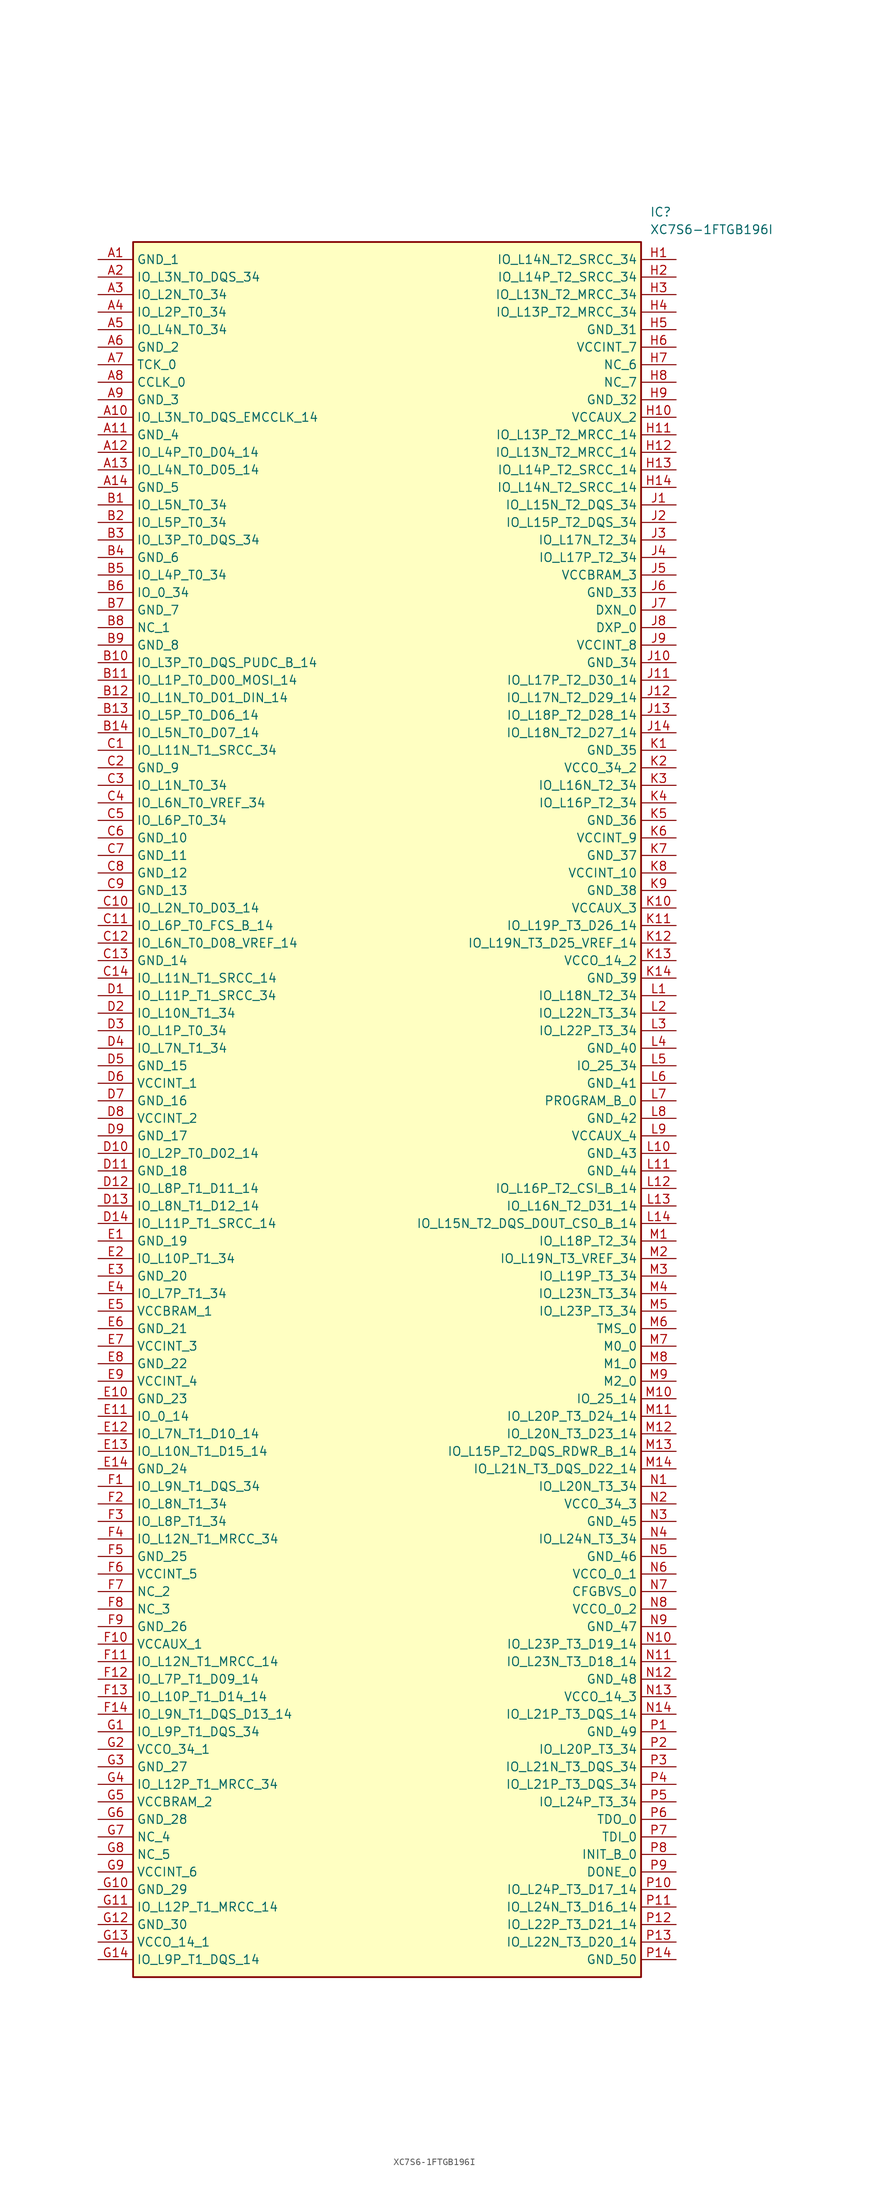
<source format=kicad_sym>
(kicad_symbol_lib
  (version 20211014)
  (generator SamacSys_ECAD_Model)
  (symbol "XC7S6-1FTGB196I"
    (property "Reference" "IC"
      (at 80.01 7.62 0)
      (effects (font (size 1.27 1.27)) (justify left top)))
    (property "Value" "XC7S6-1FTGB196I"
      (at 80.01 5.08 0)
      (effects (font (size 1.27 1.27)) (justify left top)))
    (rectangle
      (start 5.08 2.54)
      (end 78.74 -248.92)
      (stroke (width 0.254) (type default))
      (fill (type background)))
    (pin passive line
      (at 0 0 0)
      (length 5.08)
      (name "GND_1" (effects (font (size 1.27 1.27))))
      (number "A1" (effects (font (size 1.27 1.27)))))
    (pin passive line
      (at 0 -2.54 0)
      (length 5.08)
      (name "IO_L3N_T0_DQS_34" (effects (font (size 1.27 1.27))))
      (number "A2" (effects (font (size 1.27 1.27)))))
    (pin passive line
      (at 0 -5.08 0)
      (length 5.08)
      (name "IO_L2N_T0_34" (effects (font (size 1.27 1.27))))
      (number "A3" (effects (font (size 1.27 1.27)))))
    (pin passive line
      (at 0 -7.62 0)
      (length 5.08)
      (name "IO_L2P_T0_34" (effects (font (size 1.27 1.27))))
      (number "A4" (effects (font (size 1.27 1.27)))))
    (pin passive line
      (at 0 -10.16 0)
      (length 5.08)
      (name "IO_L4N_T0_34" (effects (font (size 1.27 1.27))))
      (number "A5" (effects (font (size 1.27 1.27)))))
    (pin passive line
      (at 0 -12.7 0)
      (length 5.08)
      (name "GND_2" (effects (font (size 1.27 1.27))))
      (number "A6" (effects (font (size 1.27 1.27)))))
    (pin passive line
      (at 0 -15.24 0)
      (length 5.08)
      (name "TCK_0" (effects (font (size 1.27 1.27))))
      (number "A7" (effects (font (size 1.27 1.27)))))
    (pin passive line
      (at 0 -17.78 0)
      (length 5.08)
      (name "CCLK_0" (effects (font (size 1.27 1.27))))
      (number "A8" (effects (font (size 1.27 1.27)))))
    (pin passive line
      (at 0 -20.32 0)
      (length 5.08)
      (name "GND_3" (effects (font (size 1.27 1.27))))
      (number "A9" (effects (font (size 1.27 1.27)))))
    (pin passive line
      (at 0 -22.86 0)
      (length 5.08)
      (name "IO_L3N_T0_DQS_EMCCLK_14" (effects (font (size 1.27 1.27))))
      (number "A10" (effects (font (size 1.27 1.27)))))
    (pin passive line
      (at 0 -25.4 0)
      (length 5.08)
      (name "GND_4" (effects (font (size 1.27 1.27))))
      (number "A11" (effects (font (size 1.27 1.27)))))
    (pin passive line
      (at 0 -27.94 0)
      (length 5.08)
      (name "IO_L4P_T0_D04_14" (effects (font (size 1.27 1.27))))
      (number "A12" (effects (font (size 1.27 1.27)))))
    (pin passive line
      (at 0 -30.48 0)
      (length 5.08)
      (name "IO_L4N_T0_D05_14" (effects (font (size 1.27 1.27))))
      (number "A13" (effects (font (size 1.27 1.27)))))
    (pin passive line
      (at 0 -33.02 0)
      (length 5.08)
      (name "GND_5" (effects (font (size 1.27 1.27))))
      (number "A14" (effects (font (size 1.27 1.27)))))
    (pin passive line
      (at 0 -35.56 0)
      (length 5.08)
      (name "IO_L5N_T0_34" (effects (font (size 1.27 1.27))))
      (number "B1" (effects (font (size 1.27 1.27)))))
    (pin passive line
      (at 0 -38.1 0)
      (length 5.08)
      (name "IO_L5P_T0_34" (effects (font (size 1.27 1.27))))
      (number "B2" (effects (font (size 1.27 1.27)))))
    (pin passive line
      (at 0 -40.64 0)
      (length 5.08)
      (name "IO_L3P_T0_DQS_34" (effects (font (size 1.27 1.27))))
      (number "B3" (effects (font (size 1.27 1.27)))))
    (pin passive line
      (at 0 -43.18 0)
      (length 5.08)
      (name "GND_6" (effects (font (size 1.27 1.27))))
      (number "B4" (effects (font (size 1.27 1.27)))))
    (pin passive line
      (at 0 -45.72 0)
      (length 5.08)
      (name "IO_L4P_T0_34" (effects (font (size 1.27 1.27))))
      (number "B5" (effects (font (size 1.27 1.27)))))
    (pin passive line
      (at 0 -48.26 0)
      (length 5.08)
      (name "IO_0_34" (effects (font (size 1.27 1.27))))
      (number "B6" (effects (font (size 1.27 1.27)))))
    (pin passive line
      (at 0 -50.8 0)
      (length 5.08)
      (name "GND_7" (effects (font (size 1.27 1.27))))
      (number "B7" (effects (font (size 1.27 1.27)))))
    (pin passive line
      (at 0 -53.34 0)
      (length 5.08)
      (name "NC_1" (effects (font (size 1.27 1.27))))
      (number "B8" (effects (font (size 1.27 1.27)))))
    (pin passive line
      (at 0 -55.88 0)
      (length 5.08)
      (name "GND_8" (effects (font (size 1.27 1.27))))
      (number "B9" (effects (font (size 1.27 1.27)))))
    (pin passive line
      (at 0 -58.42 0)
      (length 5.08)
      (name "IO_L3P_T0_DQS_PUDC_B_14" (effects (font (size 1.27 1.27))))
      (number "B10" (effects (font (size 1.27 1.27)))))
    (pin passive line
      (at 0 -60.96 0)
      (length 5.08)
      (name "IO_L1P_T0_D00_MOSI_14" (effects (font (size 1.27 1.27))))
      (number "B11" (effects (font (size 1.27 1.27)))))
    (pin passive line
      (at 0 -63.5 0)
      (length 5.08)
      (name "IO_L1N_T0_D01_DIN_14" (effects (font (size 1.27 1.27))))
      (number "B12" (effects (font (size 1.27 1.27)))))
    (pin passive line
      (at 0 -66.04 0)
      (length 5.08)
      (name "IO_L5P_T0_D06_14" (effects (font (size 1.27 1.27))))
      (number "B13" (effects (font (size 1.27 1.27)))))
    (pin passive line
      (at 0 -68.58 0)
      (length 5.08)
      (name "IO_L5N_T0_D07_14" (effects (font (size 1.27 1.27))))
      (number "B14" (effects (font (size 1.27 1.27)))))
    (pin passive line
      (at 0 -71.12 0)
      (length 5.08)
      (name "IO_L11N_T1_SRCC_34" (effects (font (size 1.27 1.27))))
      (number "C1" (effects (font (size 1.27 1.27)))))
    (pin passive line
      (at 0 -73.66 0)
      (length 5.08)
      (name "GND_9" (effects (font (size 1.27 1.27))))
      (number "C2" (effects (font (size 1.27 1.27)))))
    (pin passive line
      (at 0 -76.2 0)
      (length 5.08)
      (name "IO_L1N_T0_34" (effects (font (size 1.27 1.27))))
      (number "C3" (effects (font (size 1.27 1.27)))))
    (pin passive line
      (at 0 -78.74 0)
      (length 5.08)
      (name "IO_L6N_T0_VREF_34" (effects (font (size 1.27 1.27))))
      (number "C4" (effects (font (size 1.27 1.27)))))
    (pin passive line
      (at 0 -81.28 0)
      (length 5.08)
      (name "IO_L6P_T0_34" (effects (font (size 1.27 1.27))))
      (number "C5" (effects (font (size 1.27 1.27)))))
    (pin passive line
      (at 0 -83.82 0)
      (length 5.08)
      (name "GND_10" (effects (font (size 1.27 1.27))))
      (number "C6" (effects (font (size 1.27 1.27)))))
    (pin passive line
      (at 0 -86.36 0)
      (length 5.08)
      (name "GND_11" (effects (font (size 1.27 1.27))))
      (number "C7" (effects (font (size 1.27 1.27)))))
    (pin passive line
      (at 0 -88.9 0)
      (length 5.08)
      (name "GND_12" (effects (font (size 1.27 1.27))))
      (number "C8" (effects (font (size 1.27 1.27)))))
    (pin passive line
      (at 0 -91.44 0)
      (length 5.08)
      (name "GND_13" (effects (font (size 1.27 1.27))))
      (number "C9" (effects (font (size 1.27 1.27)))))
    (pin passive line
      (at 0 -93.98 0)
      (length 5.08)
      (name "IO_L2N_T0_D03_14" (effects (font (size 1.27 1.27))))
      (number "C10" (effects (font (size 1.27 1.27)))))
    (pin passive line
      (at 0 -96.52 0)
      (length 5.08)
      (name "IO_L6P_T0_FCS_B_14" (effects (font (size 1.27 1.27))))
      (number "C11" (effects (font (size 1.27 1.27)))))
    (pin passive line
      (at 0 -99.06 0)
      (length 5.08)
      (name "IO_L6N_T0_D08_VREF_14" (effects (font (size 1.27 1.27))))
      (number "C12" (effects (font (size 1.27 1.27)))))
    (pin passive line
      (at 0 -101.6 0)
      (length 5.08)
      (name "GND_14" (effects (font (size 1.27 1.27))))
      (number "C13" (effects (font (size 1.27 1.27)))))
    (pin passive line
      (at 0 -104.14 0)
      (length 5.08)
      (name "IO_L11N_T1_SRCC_14" (effects (font (size 1.27 1.27))))
      (number "C14" (effects (font (size 1.27 1.27)))))
    (pin passive line
      (at 0 -106.68 0)
      (length 5.08)
      (name "IO_L11P_T1_SRCC_34" (effects (font (size 1.27 1.27))))
      (number "D1" (effects (font (size 1.27 1.27)))))
    (pin passive line
      (at 0 -109.22 0)
      (length 5.08)
      (name "IO_L10N_T1_34" (effects (font (size 1.27 1.27))))
      (number "D2" (effects (font (size 1.27 1.27)))))
    (pin passive line
      (at 0 -111.76 0)
      (length 5.08)
      (name "IO_L1P_T0_34" (effects (font (size 1.27 1.27))))
      (number "D3" (effects (font (size 1.27 1.27)))))
    (pin passive line
      (at 0 -114.3 0)
      (length 5.08)
      (name "IO_L7N_T1_34" (effects (font (size 1.27 1.27))))
      (number "D4" (effects (font (size 1.27 1.27)))))
    (pin passive line
      (at 0 -116.84 0)
      (length 5.08)
      (name "GND_15" (effects (font (size 1.27 1.27))))
      (number "D5" (effects (font (size 1.27 1.27)))))
    (pin passive line
      (at 0 -119.38 0)
      (length 5.08)
      (name "VCCINT_1" (effects (font (size 1.27 1.27))))
      (number "D6" (effects (font (size 1.27 1.27)))))
    (pin passive line
      (at 0 -121.92 0)
      (length 5.08)
      (name "GND_16" (effects (font (size 1.27 1.27))))
      (number "D7" (effects (font (size 1.27 1.27)))))
    (pin passive line
      (at 0 -124.46 0)
      (length 5.08)
      (name "VCCINT_2" (effects (font (size 1.27 1.27))))
      (number "D8" (effects (font (size 1.27 1.27)))))
    (pin passive line
      (at 0 -127 0)
      (length 5.08)
      (name "GND_17" (effects (font (size 1.27 1.27))))
      (number "D9" (effects (font (size 1.27 1.27)))))
    (pin passive line
      (at 0 -129.54 0)
      (length 5.08)
      (name "IO_L2P_T0_D02_14" (effects (font (size 1.27 1.27))))
      (number "D10" (effects (font (size 1.27 1.27)))))
    (pin passive line
      (at 0 -132.08 0)
      (length 5.08)
      (name "GND_18" (effects (font (size 1.27 1.27))))
      (number "D11" (effects (font (size 1.27 1.27)))))
    (pin passive line
      (at 0 -134.62 0)
      (length 5.08)
      (name "IO_L8P_T1_D11_14" (effects (font (size 1.27 1.27))))
      (number "D12" (effects (font (size 1.27 1.27)))))
    (pin passive line
      (at 0 -137.16 0)
      (length 5.08)
      (name "IO_L8N_T1_D12_14" (effects (font (size 1.27 1.27))))
      (number "D13" (effects (font (size 1.27 1.27)))))
    (pin passive line
      (at 0 -139.7 0)
      (length 5.08)
      (name "IO_L11P_T1_SRCC_14" (effects (font (size 1.27 1.27))))
      (number "D14" (effects (font (size 1.27 1.27)))))
    (pin passive line
      (at 0 -142.24 0)
      (length 5.08)
      (name "GND_19" (effects (font (size 1.27 1.27))))
      (number "E1" (effects (font (size 1.27 1.27)))))
    (pin passive line
      (at 0 -144.78 0)
      (length 5.08)
      (name "IO_L10P_T1_34" (effects (font (size 1.27 1.27))))
      (number "E2" (effects (font (size 1.27 1.27)))))
    (pin passive line
      (at 0 -147.32 0)
      (length 5.08)
      (name "GND_20" (effects (font (size 1.27 1.27))))
      (number "E3" (effects (font (size 1.27 1.27)))))
    (pin passive line
      (at 0 -149.86 0)
      (length 5.08)
      (name "IO_L7P_T1_34" (effects (font (size 1.27 1.27))))
      (number "E4" (effects (font (size 1.27 1.27)))))
    (pin passive line
      (at 0 -152.4 0)
      (length 5.08)
      (name "VCCBRAM_1" (effects (font (size 1.27 1.27))))
      (number "E5" (effects (font (size 1.27 1.27)))))
    (pin passive line
      (at 0 -154.94 0)
      (length 5.08)
      (name "GND_21" (effects (font (size 1.27 1.27))))
      (number "E6" (effects (font (size 1.27 1.27)))))
    (pin passive line
      (at 0 -157.48 0)
      (length 5.08)
      (name "VCCINT_3" (effects (font (size 1.27 1.27))))
      (number "E7" (effects (font (size 1.27 1.27)))))
    (pin passive line
      (at 0 -160.02 0)
      (length 5.08)
      (name "GND_22" (effects (font (size 1.27 1.27))))
      (number "E8" (effects (font (size 1.27 1.27)))))
    (pin passive line
      (at 0 -162.56 0)
      (length 5.08)
      (name "VCCINT_4" (effects (font (size 1.27 1.27))))
      (number "E9" (effects (font (size 1.27 1.27)))))
    (pin passive line
      (at 0 -165.1 0)
      (length 5.08)
      (name "GND_23" (effects (font (size 1.27 1.27))))
      (number "E10" (effects (font (size 1.27 1.27)))))
    (pin passive line
      (at 0 -167.64 0)
      (length 5.08)
      (name "IO_0_14" (effects (font (size 1.27 1.27))))
      (number "E11" (effects (font (size 1.27 1.27)))))
    (pin passive line
      (at 0 -170.18 0)
      (length 5.08)
      (name "IO_L7N_T1_D10_14" (effects (font (size 1.27 1.27))))
      (number "E12" (effects (font (size 1.27 1.27)))))
    (pin passive line
      (at 0 -172.72 0)
      (length 5.08)
      (name "IO_L10N_T1_D15_14" (effects (font (size 1.27 1.27))))
      (number "E13" (effects (font (size 1.27 1.27)))))
    (pin passive line
      (at 0 -175.26 0)
      (length 5.08)
      (name "GND_24" (effects (font (size 1.27 1.27))))
      (number "E14" (effects (font (size 1.27 1.27)))))
    (pin passive line
      (at 0 -177.8 0)
      (length 5.08)
      (name "IO_L9N_T1_DQS_34" (effects (font (size 1.27 1.27))))
      (number "F1" (effects (font (size 1.27 1.27)))))
    (pin passive line
      (at 0 -180.34 0)
      (length 5.08)
      (name "IO_L8N_T1_34" (effects (font (size 1.27 1.27))))
      (number "F2" (effects (font (size 1.27 1.27)))))
    (pin passive line
      (at 0 -182.88 0)
      (length 5.08)
      (name "IO_L8P_T1_34" (effects (font (size 1.27 1.27))))
      (number "F3" (effects (font (size 1.27 1.27)))))
    (pin passive line
      (at 0 -185.42 0)
      (length 5.08)
      (name "IO_L12N_T1_MRCC_34" (effects (font (size 1.27 1.27))))
      (number "F4" (effects (font (size 1.27 1.27)))))
    (pin passive line
      (at 0 -187.96 0)
      (length 5.08)
      (name "GND_25" (effects (font (size 1.27 1.27))))
      (number "F5" (effects (font (size 1.27 1.27)))))
    (pin passive line
      (at 0 -190.5 0)
      (length 5.08)
      (name "VCCINT_5" (effects (font (size 1.27 1.27))))
      (number "F6" (effects (font (size 1.27 1.27)))))
    (pin passive line
      (at 0 -193.04 0)
      (length 5.08)
      (name "NC_2" (effects (font (size 1.27 1.27))))
      (number "F7" (effects (font (size 1.27 1.27)))))
    (pin passive line
      (at 0 -195.58 0)
      (length 5.08)
      (name "NC_3" (effects (font (size 1.27 1.27))))
      (number "F8" (effects (font (size 1.27 1.27)))))
    (pin passive line
      (at 0 -198.12 0)
      (length 5.08)
      (name "GND_26" (effects (font (size 1.27 1.27))))
      (number "F9" (effects (font (size 1.27 1.27)))))
    (pin passive line
      (at 0 -200.66 0)
      (length 5.08)
      (name "VCCAUX_1" (effects (font (size 1.27 1.27))))
      (number "F10" (effects (font (size 1.27 1.27)))))
    (pin passive line
      (at 0 -203.2 0)
      (length 5.08)
      (name "IO_L12N_T1_MRCC_14" (effects (font (size 1.27 1.27))))
      (number "F11" (effects (font (size 1.27 1.27)))))
    (pin passive line
      (at 0 -205.74 0)
      (length 5.08)
      (name "IO_L7P_T1_D09_14" (effects (font (size 1.27 1.27))))
      (number "F12" (effects (font (size 1.27 1.27)))))
    (pin passive line
      (at 0 -208.28 0)
      (length 5.08)
      (name "IO_L10P_T1_D14_14" (effects (font (size 1.27 1.27))))
      (number "F13" (effects (font (size 1.27 1.27)))))
    (pin passive line
      (at 0 -210.82 0)
      (length 5.08)
      (name "IO_L9N_T1_DQS_D13_14" (effects (font (size 1.27 1.27))))
      (number "F14" (effects (font (size 1.27 1.27)))))
    (pin passive line
      (at 0 -213.36 0)
      (length 5.08)
      (name "IO_L9P_T1_DQS_34" (effects (font (size 1.27 1.27))))
      (number "G1" (effects (font (size 1.27 1.27)))))
    (pin passive line
      (at 0 -215.9 0)
      (length 5.08)
      (name "VCCO_34_1" (effects (font (size 1.27 1.27))))
      (number "G2" (effects (font (size 1.27 1.27)))))
    (pin passive line
      (at 0 -218.44 0)
      (length 5.08)
      (name "GND_27" (effects (font (size 1.27 1.27))))
      (number "G3" (effects (font (size 1.27 1.27)))))
    (pin passive line
      (at 0 -220.98 0)
      (length 5.08)
      (name "IO_L12P_T1_MRCC_34" (effects (font (size 1.27 1.27))))
      (number "G4" (effects (font (size 1.27 1.27)))))
    (pin passive line
      (at 0 -223.52 0)
      (length 5.08)
      (name "VCCBRAM_2" (effects (font (size 1.27 1.27))))
      (number "G5" (effects (font (size 1.27 1.27)))))
    (pin passive line
      (at 0 -226.06 0)
      (length 5.08)
      (name "GND_28" (effects (font (size 1.27 1.27))))
      (number "G6" (effects (font (size 1.27 1.27)))))
    (pin passive line
      (at 0 -228.6 0)
      (length 5.08)
      (name "NC_4" (effects (font (size 1.27 1.27))))
      (number "G7" (effects (font (size 1.27 1.27)))))
    (pin passive line
      (at 0 -231.14 0)
      (length 5.08)
      (name "NC_5" (effects (font (size 1.27 1.27))))
      (number "G8" (effects (font (size 1.27 1.27)))))
    (pin passive line
      (at 0 -233.68 0)
      (length 5.08)
      (name "VCCINT_6" (effects (font (size 1.27 1.27))))
      (number "G9" (effects (font (size 1.27 1.27)))))
    (pin passive line
      (at 0 -236.22 0)
      (length 5.08)
      (name "GND_29" (effects (font (size 1.27 1.27))))
      (number "G10" (effects (font (size 1.27 1.27)))))
    (pin passive line
      (at 0 -238.76 0)
      (length 5.08)
      (name "IO_L12P_T1_MRCC_14" (effects (font (size 1.27 1.27))))
      (number "G11" (effects (font (size 1.27 1.27)))))
    (pin passive line
      (at 0 -241.3 0)
      (length 5.08)
      (name "GND_30" (effects (font (size 1.27 1.27))))
      (number "G12" (effects (font (size 1.27 1.27)))))
    (pin passive line
      (at 0 -243.84 0)
      (length 5.08)
      (name "VCCO_14_1" (effects (font (size 1.27 1.27))))
      (number "G13" (effects (font (size 1.27 1.27)))))
    (pin passive line
      (at 0 -246.38 0)
      (length 5.08)
      (name "IO_L9P_T1_DQS_14" (effects (font (size 1.27 1.27))))
      (number "G14" (effects (font (size 1.27 1.27)))))
    (pin passive line
      (at 83.82 0 180)
      (length 5.08)
      (name "IO_L14N_T2_SRCC_34" (effects (font (size 1.27 1.27))))
      (number "H1" (effects (font (size 1.27 1.27)))))
    (pin passive line
      (at 83.82 -2.54 180)
      (length 5.08)
      (name "IO_L14P_T2_SRCC_34" (effects (font (size 1.27 1.27))))
      (number "H2" (effects (font (size 1.27 1.27)))))
    (pin passive line
      (at 83.82 -5.08 180)
      (length 5.08)
      (name "IO_L13N_T2_MRCC_34" (effects (font (size 1.27 1.27))))
      (number "H3" (effects (font (size 1.27 1.27)))))
    (pin passive line
      (at 83.82 -7.62 180)
      (length 5.08)
      (name "IO_L13P_T2_MRCC_34" (effects (font (size 1.27 1.27))))
      (number "H4" (effects (font (size 1.27 1.27)))))
    (pin passive line
      (at 83.82 -10.16 180)
      (length 5.08)
      (name "GND_31" (effects (font (size 1.27 1.27))))
      (number "H5" (effects (font (size 1.27 1.27)))))
    (pin passive line
      (at 83.82 -12.7 180)
      (length 5.08)
      (name "VCCINT_7" (effects (font (size 1.27 1.27))))
      (number "H6" (effects (font (size 1.27 1.27)))))
    (pin passive line
      (at 83.82 -15.24 180)
      (length 5.08)
      (name "NC_6" (effects (font (size 1.27 1.27))))
      (number "H7" (effects (font (size 1.27 1.27)))))
    (pin passive line
      (at 83.82 -17.78 180)
      (length 5.08)
      (name "NC_7" (effects (font (size 1.27 1.27))))
      (number "H8" (effects (font (size 1.27 1.27)))))
    (pin passive line
      (at 83.82 -20.32 180)
      (length 5.08)
      (name "GND_32" (effects (font (size 1.27 1.27))))
      (number "H9" (effects (font (size 1.27 1.27)))))
    (pin passive line
      (at 83.82 -22.86 180)
      (length 5.08)
      (name "VCCAUX_2" (effects (font (size 1.27 1.27))))
      (number "H10" (effects (font (size 1.27 1.27)))))
    (pin passive line
      (at 83.82 -25.4 180)
      (length 5.08)
      (name "IO_L13P_T2_MRCC_14" (effects (font (size 1.27 1.27))))
      (number "H11" (effects (font (size 1.27 1.27)))))
    (pin passive line
      (at 83.82 -27.94 180)
      (length 5.08)
      (name "IO_L13N_T2_MRCC_14" (effects (font (size 1.27 1.27))))
      (number "H12" (effects (font (size 1.27 1.27)))))
    (pin passive line
      (at 83.82 -30.48 180)
      (length 5.08)
      (name "IO_L14P_T2_SRCC_14" (effects (font (size 1.27 1.27))))
      (number "H13" (effects (font (size 1.27 1.27)))))
    (pin passive line
      (at 83.82 -33.02 180)
      (length 5.08)
      (name "IO_L14N_T2_SRCC_14" (effects (font (size 1.27 1.27))))
      (number "H14" (effects (font (size 1.27 1.27)))))
    (pin passive line
      (at 83.82 -35.56 180)
      (length 5.08)
      (name "IO_L15N_T2_DQS_34" (effects (font (size 1.27 1.27))))
      (number "J1" (effects (font (size 1.27 1.27)))))
    (pin passive line
      (at 83.82 -38.1 180)
      (length 5.08)
      (name "IO_L15P_T2_DQS_34" (effects (font (size 1.27 1.27))))
      (number "J2" (effects (font (size 1.27 1.27)))))
    (pin passive line
      (at 83.82 -40.64 180)
      (length 5.08)
      (name "IO_L17N_T2_34" (effects (font (size 1.27 1.27))))
      (number "J3" (effects (font (size 1.27 1.27)))))
    (pin passive line
      (at 83.82 -43.18 180)
      (length 5.08)
      (name "IO_L17P_T2_34" (effects (font (size 1.27 1.27))))
      (number "J4" (effects (font (size 1.27 1.27)))))
    (pin passive line
      (at 83.82 -45.72 180)
      (length 5.08)
      (name "VCCBRAM_3" (effects (font (size 1.27 1.27))))
      (number "J5" (effects (font (size 1.27 1.27)))))
    (pin passive line
      (at 83.82 -48.26 180)
      (length 5.08)
      (name "GND_33" (effects (font (size 1.27 1.27))))
      (number "J6" (effects (font (size 1.27 1.27)))))
    (pin passive line
      (at 83.82 -50.8 180)
      (length 5.08)
      (name "DXN_0" (effects (font (size 1.27 1.27))))
      (number "J7" (effects (font (size 1.27 1.27)))))
    (pin passive line
      (at 83.82 -53.34 180)
      (length 5.08)
      (name "DXP_0" (effects (font (size 1.27 1.27))))
      (number "J8" (effects (font (size 1.27 1.27)))))
    (pin passive line
      (at 83.82 -55.88 180)
      (length 5.08)
      (name "VCCINT_8" (effects (font (size 1.27 1.27))))
      (number "J9" (effects (font (size 1.27 1.27)))))
    (pin passive line
      (at 83.82 -58.42 180)
      (length 5.08)
      (name "GND_34" (effects (font (size 1.27 1.27))))
      (number "J10" (effects (font (size 1.27 1.27)))))
    (pin passive line
      (at 83.82 -60.96 180)
      (length 5.08)
      (name "IO_L17P_T2_D30_14" (effects (font (size 1.27 1.27))))
      (number "J11" (effects (font (size 1.27 1.27)))))
    (pin passive line
      (at 83.82 -63.5 180)
      (length 5.08)
      (name "IO_L17N_T2_D29_14" (effects (font (size 1.27 1.27))))
      (number "J12" (effects (font (size 1.27 1.27)))))
    (pin passive line
      (at 83.82 -66.04 180)
      (length 5.08)
      (name "IO_L18P_T2_D28_14" (effects (font (size 1.27 1.27))))
      (number "J13" (effects (font (size 1.27 1.27)))))
    (pin passive line
      (at 83.82 -68.58 180)
      (length 5.08)
      (name "IO_L18N_T2_D27_14" (effects (font (size 1.27 1.27))))
      (number "J14" (effects (font (size 1.27 1.27)))))
    (pin passive line
      (at 83.82 -71.12 180)
      (length 5.08)
      (name "GND_35" (effects (font (size 1.27 1.27))))
      (number "K1" (effects (font (size 1.27 1.27)))))
    (pin passive line
      (at 83.82 -73.66 180)
      (length 5.08)
      (name "VCCO_34_2" (effects (font (size 1.27 1.27))))
      (number "K2" (effects (font (size 1.27 1.27)))))
    (pin passive line
      (at 83.82 -76.2 180)
      (length 5.08)
      (name "IO_L16N_T2_34" (effects (font (size 1.27 1.27))))
      (number "K3" (effects (font (size 1.27 1.27)))))
    (pin passive line
      (at 83.82 -78.74 180)
      (length 5.08)
      (name "IO_L16P_T2_34" (effects (font (size 1.27 1.27))))
      (number "K4" (effects (font (size 1.27 1.27)))))
    (pin passive line
      (at 83.82 -81.28 180)
      (length 5.08)
      (name "GND_36" (effects (font (size 1.27 1.27))))
      (number "K5" (effects (font (size 1.27 1.27)))))
    (pin passive line
      (at 83.82 -83.82 180)
      (length 5.08)
      (name "VCCINT_9" (effects (font (size 1.27 1.27))))
      (number "K6" (effects (font (size 1.27 1.27)))))
    (pin passive line
      (at 83.82 -86.36 180)
      (length 5.08)
      (name "GND_37" (effects (font (size 1.27 1.27))))
      (number "K7" (effects (font (size 1.27 1.27)))))
    (pin passive line
      (at 83.82 -88.9 180)
      (length 5.08)
      (name "VCCINT_10" (effects (font (size 1.27 1.27))))
      (number "K8" (effects (font (size 1.27 1.27)))))
    (pin passive line
      (at 83.82 -91.44 180)
      (length 5.08)
      (name "GND_38" (effects (font (size 1.27 1.27))))
      (number "K9" (effects (font (size 1.27 1.27)))))
    (pin passive line
      (at 83.82 -93.98 180)
      (length 5.08)
      (name "VCCAUX_3" (effects (font (size 1.27 1.27))))
      (number "K10" (effects (font (size 1.27 1.27)))))
    (pin passive line
      (at 83.82 -96.52 180)
      (length 5.08)
      (name "IO_L19P_T3_D26_14" (effects (font (size 1.27 1.27))))
      (number "K11" (effects (font (size 1.27 1.27)))))
    (pin passive line
      (at 83.82 -99.06 180)
      (length 5.08)
      (name "IO_L19N_T3_D25_VREF_14" (effects (font (size 1.27 1.27))))
      (number "K12" (effects (font (size 1.27 1.27)))))
    (pin passive line
      (at 83.82 -101.6 180)
      (length 5.08)
      (name "VCCO_14_2" (effects (font (size 1.27 1.27))))
      (number "K13" (effects (font (size 1.27 1.27)))))
    (pin passive line
      (at 83.82 -104.14 180)
      (length 5.08)
      (name "GND_39" (effects (font (size 1.27 1.27))))
      (number "K14" (effects (font (size 1.27 1.27)))))
    (pin passive line
      (at 83.82 -106.68 180)
      (length 5.08)
      (name "IO_L18N_T2_34" (effects (font (size 1.27 1.27))))
      (number "L1" (effects (font (size 1.27 1.27)))))
    (pin passive line
      (at 83.82 -109.22 180)
      (length 5.08)
      (name "IO_L22N_T3_34" (effects (font (size 1.27 1.27))))
      (number "L2" (effects (font (size 1.27 1.27)))))
    (pin passive line
      (at 83.82 -111.76 180)
      (length 5.08)
      (name "IO_L22P_T3_34" (effects (font (size 1.27 1.27))))
      (number "L3" (effects (font (size 1.27 1.27)))))
    (pin passive line
      (at 83.82 -114.3 180)
      (length 5.08)
      (name "GND_40" (effects (font (size 1.27 1.27))))
      (number "L4" (effects (font (size 1.27 1.27)))))
    (pin passive line
      (at 83.82 -116.84 180)
      (length 5.08)
      (name "IO_25_34" (effects (font (size 1.27 1.27))))
      (number "L5" (effects (font (size 1.27 1.27)))))
    (pin passive line
      (at 83.82 -119.38 180)
      (length 5.08)
      (name "GND_41" (effects (font (size 1.27 1.27))))
      (number "L6" (effects (font (size 1.27 1.27)))))
    (pin passive line
      (at 83.82 -121.92 180)
      (length 5.08)
      (name "PROGRAM_B_0" (effects (font (size 1.27 1.27))))
      (number "L7" (effects (font (size 1.27 1.27)))))
    (pin passive line
      (at 83.82 -124.46 180)
      (length 5.08)
      (name "GND_42" (effects (font (size 1.27 1.27))))
      (number "L8" (effects (font (size 1.27 1.27)))))
    (pin passive line
      (at 83.82 -127 180)
      (length 5.08)
      (name "VCCAUX_4" (effects (font (size 1.27 1.27))))
      (number "L9" (effects (font (size 1.27 1.27)))))
    (pin passive line
      (at 83.82 -129.54 180)
      (length 5.08)
      (name "GND_43" (effects (font (size 1.27 1.27))))
      (number "L10" (effects (font (size 1.27 1.27)))))
    (pin passive line
      (at 83.82 -132.08 180)
      (length 5.08)
      (name "GND_44" (effects (font (size 1.27 1.27))))
      (number "L11" (effects (font (size 1.27 1.27)))))
    (pin passive line
      (at 83.82 -134.62 180)
      (length 5.08)
      (name "IO_L16P_T2_CSI_B_14" (effects (font (size 1.27 1.27))))
      (number "L12" (effects (font (size 1.27 1.27)))))
    (pin passive line
      (at 83.82 -137.16 180)
      (length 5.08)
      (name "IO_L16N_T2_D31_14" (effects (font (size 1.27 1.27))))
      (number "L13" (effects (font (size 1.27 1.27)))))
    (pin passive line
      (at 83.82 -139.7 180)
      (length 5.08)
      (name "IO_L15N_T2_DQS_DOUT_CSO_B_14" (effects (font (size 1.27 1.27))))
      (number "L14" (effects (font (size 1.27 1.27)))))
    (pin passive line
      (at 83.82 -142.24 180)
      (length 5.08)
      (name "IO_L18P_T2_34" (effects (font (size 1.27 1.27))))
      (number "M1" (effects (font (size 1.27 1.27)))))
    (pin passive line
      (at 83.82 -144.78 180)
      (length 5.08)
      (name "IO_L19N_T3_VREF_34" (effects (font (size 1.27 1.27))))
      (number "M2" (effects (font (size 1.27 1.27)))))
    (pin passive line
      (at 83.82 -147.32 180)
      (length 5.08)
      (name "IO_L19P_T3_34" (effects (font (size 1.27 1.27))))
      (number "M3" (effects (font (size 1.27 1.27)))))
    (pin passive line
      (at 83.82 -149.86 180)
      (length 5.08)
      (name "IO_L23N_T3_34" (effects (font (size 1.27 1.27))))
      (number "M4" (effects (font (size 1.27 1.27)))))
    (pin passive line
      (at 83.82 -152.4 180)
      (length 5.08)
      (name "IO_L23P_T3_34" (effects (font (size 1.27 1.27))))
      (number "M5" (effects (font (size 1.27 1.27)))))
    (pin passive line
      (at 83.82 -154.94 180)
      (length 5.08)
      (name "TMS_0" (effects (font (size 1.27 1.27))))
      (number "M6" (effects (font (size 1.27 1.27)))))
    (pin passive line
      (at 83.82 -157.48 180)
      (length 5.08)
      (name "M0_0" (effects (font (size 1.27 1.27))))
      (number "M7" (effects (font (size 1.27 1.27)))))
    (pin passive line
      (at 83.82 -160.02 180)
      (length 5.08)
      (name "M1_0" (effects (font (size 1.27 1.27))))
      (number "M8" (effects (font (size 1.27 1.27)))))
    (pin passive line
      (at 83.82 -162.56 180)
      (length 5.08)
      (name "M2_0" (effects (font (size 1.27 1.27))))
      (number "M9" (effects (font (size 1.27 1.27)))))
    (pin passive line
      (at 83.82 -165.1 180)
      (length 5.08)
      (name "IO_25_14" (effects (font (size 1.27 1.27))))
      (number "M10" (effects (font (size 1.27 1.27)))))
    (pin passive line
      (at 83.82 -167.64 180)
      (length 5.08)
      (name "IO_L20P_T3_D24_14" (effects (font (size 1.27 1.27))))
      (number "M11" (effects (font (size 1.27 1.27)))))
    (pin passive line
      (at 83.82 -170.18 180)
      (length 5.08)
      (name "IO_L20N_T3_D23_14" (effects (font (size 1.27 1.27))))
      (number "M12" (effects (font (size 1.27 1.27)))))
    (pin passive line
      (at 83.82 -172.72 180)
      (length 5.08)
      (name "IO_L15P_T2_DQS_RDWR_B_14" (effects (font (size 1.27 1.27))))
      (number "M13" (effects (font (size 1.27 1.27)))))
    (pin passive line
      (at 83.82 -175.26 180)
      (length 5.08)
      (name "IO_L21N_T3_DQS_D22_14" (effects (font (size 1.27 1.27))))
      (number "M14" (effects (font (size 1.27 1.27)))))
    (pin passive line
      (at 83.82 -177.8 180)
      (length 5.08)
      (name "IO_L20N_T3_34" (effects (font (size 1.27 1.27))))
      (number "N1" (effects (font (size 1.27 1.27)))))
    (pin passive line
      (at 83.82 -180.34 180)
      (length 5.08)
      (name "VCCO_34_3" (effects (font (size 1.27 1.27))))
      (number "N2" (effects (font (size 1.27 1.27)))))
    (pin passive line
      (at 83.82 -182.88 180)
      (length 5.08)
      (name "GND_45" (effects (font (size 1.27 1.27))))
      (number "N3" (effects (font (size 1.27 1.27)))))
    (pin passive line
      (at 83.82 -185.42 180)
      (length 5.08)
      (name "IO_L24N_T3_34" (effects (font (size 1.27 1.27))))
      (number "N4" (effects (font (size 1.27 1.27)))))
    (pin passive line
      (at 83.82 -187.96 180)
      (length 5.08)
      (name "GND_46" (effects (font (size 1.27 1.27))))
      (number "N5" (effects (font (size 1.27 1.27)))))
    (pin passive line
      (at 83.82 -190.5 180)
      (length 5.08)
      (name "VCCO_0_1" (effects (font (size 1.27 1.27))))
      (number "N6" (effects (font (size 1.27 1.27)))))
    (pin passive line
      (at 83.82 -193.04 180)
      (length 5.08)
      (name "CFGBVS_0" (effects (font (size 1.27 1.27))))
      (number "N7" (effects (font (size 1.27 1.27)))))
    (pin passive line
      (at 83.82 -195.58 180)
      (length 5.08)
      (name "VCCO_0_2" (effects (font (size 1.27 1.27))))
      (number "N8" (effects (font (size 1.27 1.27)))))
    (pin passive line
      (at 83.82 -198.12 180)
      (length 5.08)
      (name "GND_47" (effects (font (size 1.27 1.27))))
      (number "N9" (effects (font (size 1.27 1.27)))))
    (pin passive line
      (at 83.82 -200.66 180)
      (length 5.08)
      (name "IO_L23P_T3_D19_14" (effects (font (size 1.27 1.27))))
      (number "N10" (effects (font (size 1.27 1.27)))))
    (pin passive line
      (at 83.82 -203.2 180)
      (length 5.08)
      (name "IO_L23N_T3_D18_14" (effects (font (size 1.27 1.27))))
      (number "N11" (effects (font (size 1.27 1.27)))))
    (pin passive line
      (at 83.82 -205.74 180)
      (length 5.08)
      (name "GND_48" (effects (font (size 1.27 1.27))))
      (number "N12" (effects (font (size 1.27 1.27)))))
    (pin passive line
      (at 83.82 -208.28 180)
      (length 5.08)
      (name "VCCO_14_3" (effects (font (size 1.27 1.27))))
      (number "N13" (effects (font (size 1.27 1.27)))))
    (pin passive line
      (at 83.82 -210.82 180)
      (length 5.08)
      (name "IO_L21P_T3_DQS_14" (effects (font (size 1.27 1.27))))
      (number "N14" (effects (font (size 1.27 1.27)))))
    (pin passive line
      (at 83.82 -213.36 180)
      (length 5.08)
      (name "GND_49" (effects (font (size 1.27 1.27))))
      (number "P1" (effects (font (size 1.27 1.27)))))
    (pin passive line
      (at 83.82 -215.9 180)
      (length 5.08)
      (name "IO_L20P_T3_34" (effects (font (size 1.27 1.27))))
      (number "P2" (effects (font (size 1.27 1.27)))))
    (pin passive line
      (at 83.82 -218.44 180)
      (length 5.08)
      (name "IO_L21N_T3_DQS_34" (effects (font (size 1.27 1.27))))
      (number "P3" (effects (font (size 1.27 1.27)))))
    (pin passive line
      (at 83.82 -220.98 180)
      (length 5.08)
      (name "IO_L21P_T3_DQS_34" (effects (font (size 1.27 1.27))))
      (number "P4" (effects (font (size 1.27 1.27)))))
    (pin passive line
      (at 83.82 -223.52 180)
      (length 5.08)
      (name "IO_L24P_T3_34" (effects (font (size 1.27 1.27))))
      (number "P5" (effects (font (size 1.27 1.27)))))
    (pin passive line
      (at 83.82 -226.06 180)
      (length 5.08)
      (name "TDO_0" (effects (font (size 1.27 1.27))))
      (number "P6" (effects (font (size 1.27 1.27)))))
    (pin passive line
      (at 83.82 -228.6 180)
      (length 5.08)
      (name "TDI_0" (effects (font (size 1.27 1.27))))
      (number "P7" (effects (font (size 1.27 1.27)))))
    (pin passive line
      (at 83.82 -231.14 180)
      (length 5.08)
      (name "INIT_B_0" (effects (font (size 1.27 1.27))))
      (number "P8" (effects (font (size 1.27 1.27)))))
    (pin passive line
      (at 83.82 -233.68 180)
      (length 5.08)
      (name "DONE_0" (effects (font (size 1.27 1.27))))
      (number "P9" (effects (font (size 1.27 1.27)))))
    (pin passive line
      (at 83.82 -236.22 180)
      (length 5.08)
      (name "IO_L24P_T3_D17_14" (effects (font (size 1.27 1.27))))
      (number "P10" (effects (font (size 1.27 1.27)))))
    (pin passive line
      (at 83.82 -238.76 180)
      (length 5.08)
      (name "IO_L24N_T3_D16_14" (effects (font (size 1.27 1.27))))
      (number "P11" (effects (font (size 1.27 1.27)))))
    (pin passive line
      (at 83.82 -241.3 180)
      (length 5.08)
      (name "IO_L22P_T3_D21_14" (effects (font (size 1.27 1.27))))
      (number "P12" (effects (font (size 1.27 1.27)))))
    (pin passive line
      (at 83.82 -243.84 180)
      (length 5.08)
      (name "IO_L22N_T3_D20_14" (effects (font (size 1.27 1.27))))
      (number "P13" (effects (font (size 1.27 1.27)))))
    (pin passive line
      (at 83.82 -246.38 180)
      (length 5.08)
      (name "GND_50" (effects (font (size 1.27 1.27))))
      (number "P14" (effects (font (size 1.27 1.27)))))))
</source>
